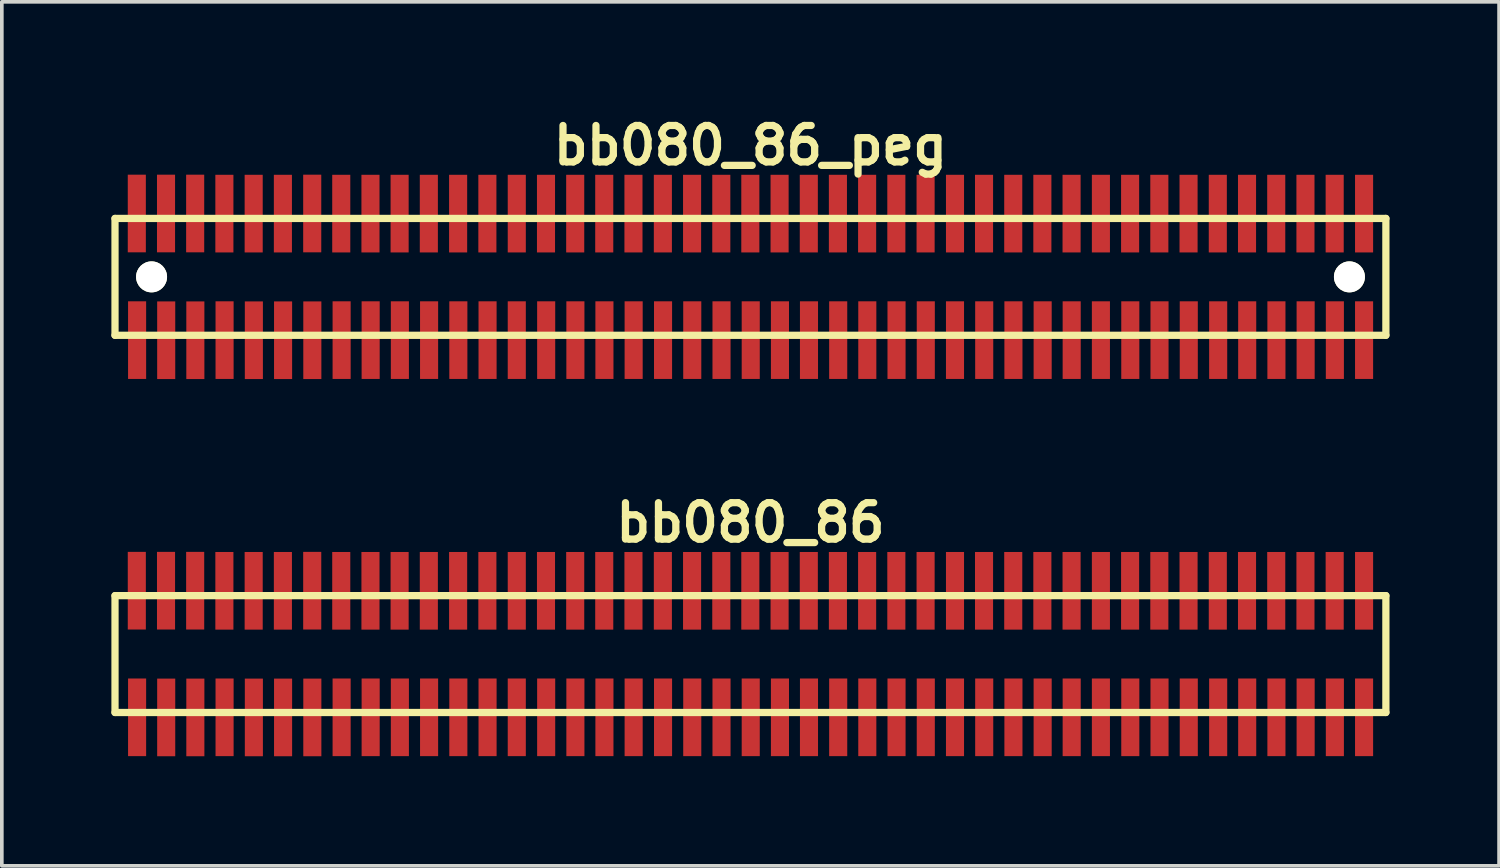
<source format=kicad_pcb>
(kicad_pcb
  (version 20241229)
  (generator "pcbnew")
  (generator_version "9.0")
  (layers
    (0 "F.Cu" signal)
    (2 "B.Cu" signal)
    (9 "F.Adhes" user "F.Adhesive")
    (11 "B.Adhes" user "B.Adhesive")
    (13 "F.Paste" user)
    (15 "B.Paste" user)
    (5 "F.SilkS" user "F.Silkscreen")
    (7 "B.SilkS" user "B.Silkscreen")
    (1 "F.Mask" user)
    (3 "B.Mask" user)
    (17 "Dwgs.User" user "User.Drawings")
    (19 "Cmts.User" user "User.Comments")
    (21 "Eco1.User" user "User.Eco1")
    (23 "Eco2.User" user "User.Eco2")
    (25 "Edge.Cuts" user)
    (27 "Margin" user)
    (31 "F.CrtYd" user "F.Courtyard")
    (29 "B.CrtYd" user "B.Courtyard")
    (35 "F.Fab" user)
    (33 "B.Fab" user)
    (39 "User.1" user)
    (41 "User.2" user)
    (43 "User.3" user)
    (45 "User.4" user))
  (footprint "bb080_86_peg"
    (layer "F.Cu")
    (at 17.498 4.531)
    (property "Reference" "bb080_86_peg" (at 0 -3.599 0) (layer "F.SilkS") (effects (font (size 0.998 0.998) (thickness 0.198))))
    (attr through_hole)
    (fp_line (start -17.399 -1.6) (end -17.399 1.6) (stroke (width 0.198) (type solid)) (layer "F.SilkS"))
    (fp_line (start -17.399 -1.6) (end 17.399 -1.6) (stroke (width 0.198) (type solid)) (layer "F.SilkS"))
    (fp_line (start 17.399 1.6) (end -17.399 1.6) (stroke (width 0.198) (type solid)) (layer "F.SilkS"))
    (fp_line (start 17.399 1.6) (end 17.399 -1.6) (stroke (width 0.198) (type solid)) (layer "F.SilkS"))
    (pad "" np_thru_hole circle (at -16.398 0) (size 0.848 0.848) (drill 0.848) (layers "*.Cu" "*.Mask" "F.SilkS"))
    (pad "" np_thru_hole circle (at 16.401 0) (size 0.848 0.848) (drill 0.848) (layers "*.Cu" "*.Mask" "F.SilkS"))
    (pad "1" smd rect (at -16.794 1.732) (size 0.495 2.126) (layers "F.Cu" "F.Mask" "F.Paste"))
    (pad "2" smd rect (at -16.802 -1.735) (size 0.495 2.126) (layers "F.Cu" "F.Mask" "F.Paste"))
    (pad "3" smd rect (at -15.997 1.735) (size 0.495 2.126) (layers "F.Cu" "F.Mask" "F.Paste"))
    (pad "4" smd rect (at -16.002 -1.735) (size 0.495 2.126) (layers "F.Cu" "F.Mask" "F.Paste"))
    (pad "5" smd rect (at -15.199 1.735) (size 0.495 2.126) (layers "F.Cu" "F.Mask" "F.Paste"))
    (pad "6" smd rect (at -15.204 -1.735) (size 0.495 2.126) (layers "F.Cu" "F.Mask" "F.Paste"))
    (pad "7" smd rect (at -14.399 1.732) (size 0.495 2.126) (layers "F.Cu" "F.Mask" "F.Paste"))
    (pad "8" smd rect (at -14.404 -1.732) (size 0.495 2.126) (layers "F.Cu" "F.Mask" "F.Paste"))
    (pad "9" smd rect (at -13.597 1.735) (size 0.495 2.126) (layers "F.Cu" "F.Mask" "F.Paste"))
    (pad "10" smd rect (at -13.602 -1.732) (size 0.495 2.126) (layers "F.Cu" "F.Mask" "F.Paste"))
    (pad "11" smd rect (at -12.797 1.735) (size 0.495 2.126) (layers "F.Cu" "F.Mask" "F.Paste"))
    (pad "12" smd rect (at -12.802 -1.732) (size 0.495 2.126) (layers "F.Cu" "F.Mask" "F.Paste"))
    (pad "13" smd rect (at -11.996 1.735) (size 0.495 2.126) (layers "F.Cu" "F.Mask" "F.Paste"))
    (pad "14" smd rect (at -11.999 -1.735) (size 0.495 2.126) (layers "F.Cu" "F.Mask" "F.Paste"))
    (pad "15" smd rect (at -11.194 1.732) (size 0.495 2.126) (layers "F.Cu" "F.Mask" "F.Paste"))
    (pad "16" smd rect (at -11.204 -1.732) (size 0.495 2.126) (layers "F.Cu" "F.Mask" "F.Paste"))
    (pad "17" smd rect (at -10.399 1.732) (size 0.495 2.126) (layers "F.Cu" "F.Mask" "F.Paste"))
    (pad "18" smd rect (at -10.404 -1.732) (size 0.495 2.126) (layers "F.Cu" "F.Mask" "F.Paste"))
    (pad "19" smd rect (at -9.599 1.732) (size 0.495 2.126) (layers "F.Cu" "F.Mask" "F.Paste"))
    (pad "20" smd rect (at -9.606 -1.732) (size 0.495 2.126) (layers "F.Cu" "F.Mask" "F.Paste"))
    (pad "21" smd rect (at -8.799 1.732) (size 0.495 2.126) (layers "F.Cu" "F.Mask" "F.Paste"))
    (pad "22" smd rect (at -8.806 -1.732) (size 0.495 2.126) (layers "F.Cu" "F.Mask" "F.Paste"))
    (pad "23" smd rect (at -7.998 1.732) (size 0.495 2.126) (layers "F.Cu" "F.Mask" "F.Paste"))
    (pad "24" smd rect (at -8.004 -1.732) (size 0.495 2.126) (layers "F.Cu" "F.Mask" "F.Paste"))
    (pad "25" smd rect (at -7.198 1.732) (size 0.495 2.126) (layers "F.Cu" "F.Mask" "F.Paste"))
    (pad "26" smd rect (at -7.203 -1.732) (size 0.495 2.126) (layers "F.Cu" "F.Mask" "F.Paste"))
    (pad "27" smd rect (at -6.398 1.732) (size 0.495 2.126) (layers "F.Cu" "F.Mask" "F.Paste"))
    (pad "28" smd rect (at -6.398 -1.732) (size 0.495 2.126) (layers "F.Cu" "F.Mask" "F.Paste"))
    (pad "29" smd rect (at -5.593 1.732) (size 0.495 2.126) (layers "F.Cu" "F.Mask" "F.Paste"))
    (pad "30" smd rect (at -5.598 -1.732) (size 0.495 2.126) (layers "F.Cu" "F.Mask" "F.Paste"))
    (pad "31" smd rect (at -4.793 1.732) (size 0.495 2.126) (layers "F.Cu" "F.Mask" "F.Paste"))
    (pad "32" smd rect (at -4.798 -1.732) (size 0.495 2.126) (layers "F.Cu" "F.Mask" "F.Paste"))
    (pad "33" smd rect (at -3.998 1.732) (size 0.495 2.126) (layers "F.Cu" "F.Mask" "F.Paste"))
    (pad "34" smd rect (at -4.003 -1.732) (size 0.495 2.126) (layers "F.Cu" "F.Mask" "F.Paste"))
    (pad "35" smd rect (at -3.198 1.732) (size 0.495 2.126) (layers "F.Cu" "F.Mask" "F.Paste"))
    (pad "36" smd rect (at -3.203 -1.732) (size 0.495 2.126) (layers "F.Cu" "F.Mask" "F.Paste"))
    (pad "37" smd rect (at -2.393 1.732) (size 0.495 2.126) (layers "F.Cu" "F.Mask" "F.Paste"))
    (pad "38" smd rect (at -2.398 -1.732) (size 0.495 2.126) (layers "F.Cu" "F.Mask" "F.Paste"))
    (pad "39" smd rect (at -1.593 1.732) (size 0.495 2.126) (layers "F.Cu" "F.Mask" "F.Paste"))
    (pad "40" smd rect (at -1.598 -1.732) (size 0.495 2.126) (layers "F.Cu" "F.Mask" "F.Paste"))
    (pad "41" smd rect (at -0.792 1.732) (size 0.495 2.126) (layers "F.Cu" "F.Mask" "F.Paste"))
    (pad "42" smd rect (at -0.798 -1.732) (size 0.495 2.126) (layers "F.Cu" "F.Mask" "F.Paste"))
    (pad "43" smd rect (at 0.008 1.732) (size 0.495 2.126) (layers "F.Cu" "F.Mask" "F.Paste"))
    (pad "44" smd rect (at -0.003 -1.732) (size 0.495 2.126) (layers "F.Cu" "F.Mask" "F.Paste"))
    (pad "45" smd rect (at 0.808 1.732) (size 0.495 2.126) (layers "F.Cu" "F.Mask" "F.Paste"))
    (pad "46" smd rect (at 0.798 -1.732) (size 0.495 2.126) (layers "F.Cu" "F.Mask" "F.Paste"))
    (pad "47" smd rect (at 1.603 1.732) (size 0.495 2.126) (layers "F.Cu" "F.Mask" "F.Paste"))
    (pad "48" smd rect (at 1.598 -1.732) (size 0.495 2.126) (layers "F.Cu" "F.Mask" "F.Paste"))
    (pad "49" smd rect (at 2.403 1.732) (size 0.495 2.126) (layers "F.Cu" "F.Mask" "F.Paste"))
    (pad "50" smd rect (at 2.395 -1.732) (size 0.495 2.126) (layers "F.Cu" "F.Mask" "F.Paste"))
    (pad "51" smd rect (at 3.2 1.732) (size 0.495 2.126) (layers "F.Cu" "F.Mask" "F.Paste"))
    (pad "52" smd rect (at 3.195 -1.732) (size 0.495 2.126) (layers "F.Cu" "F.Mask" "F.Paste"))
    (pad "53" smd rect (at 4 1.732) (size 0.495 2.126) (layers "F.Cu" "F.Mask" "F.Paste"))
    (pad "54" smd rect (at 3.995 -1.732) (size 0.495 2.126) (layers "F.Cu" "F.Mask" "F.Paste"))
    (pad "55" smd rect (at 4.801 1.732) (size 0.495 2.126) (layers "F.Cu" "F.Mask" "F.Paste"))
    (pad "56" smd rect (at 4.796 -1.732) (size 0.495 2.126) (layers "F.Cu" "F.Mask" "F.Paste"))
    (pad "57" smd rect (at 5.601 1.732) (size 0.495 2.126) (layers "F.Cu" "F.Mask" "F.Paste"))
    (pad "58" smd rect (at 5.601 -1.732) (size 0.495 2.126) (layers "F.Cu" "F.Mask" "F.Paste"))
    (pad "59" smd rect (at 6.401 1.732) (size 0.495 2.126) (layers "F.Cu" "F.Mask" "F.Paste"))
    (pad "60" smd rect (at 6.396 -1.732) (size 0.495 2.126) (layers "F.Cu" "F.Mask" "F.Paste"))
    (pad "61" smd rect (at 7.201 1.732) (size 0.495 2.126) (layers "F.Cu" "F.Mask" "F.Paste"))
    (pad "62" smd rect (at 7.196 -1.732) (size 0.495 2.126) (layers "F.Cu" "F.Mask" "F.Paste"))
    (pad "63" smd rect (at 8.001 1.732) (size 0.495 2.126) (layers "F.Cu" "F.Mask" "F.Paste"))
    (pad "64" smd rect (at 7.993 -1.732) (size 0.495 2.126) (layers "F.Cu" "F.Mask" "F.Paste"))
    (pad "65" smd rect (at 8.796 1.732) (size 0.495 2.126) (layers "F.Cu" "F.Mask" "F.Paste"))
    (pad "66" smd rect (at 8.793 -1.732) (size 0.495 2.126) (layers "F.Cu" "F.Mask" "F.Paste"))
    (pad "67" smd rect (at 9.596 1.732) (size 0.495 2.126) (layers "F.Cu" "F.Mask" "F.Paste"))
    (pad "68" smd rect (at 9.596 -1.732) (size 0.495 2.126) (layers "F.Cu" "F.Mask" "F.Paste"))
    (pad "69" smd rect (at 10.401 1.732) (size 0.495 2.126) (layers "F.Cu" "F.Mask" "F.Paste"))
    (pad "70" smd rect (at 10.396 -1.732) (size 0.495 2.126) (layers "F.Cu" "F.Mask" "F.Paste"))
    (pad "71" smd rect (at 11.201 1.732) (size 0.495 2.126) (layers "F.Cu" "F.Mask" "F.Paste"))
    (pad "72" smd rect (at 11.196 -1.732) (size 0.495 2.126) (layers "F.Cu" "F.Mask" "F.Paste"))
    (pad "73" smd rect (at 12.002 1.732) (size 0.495 2.126) (layers "F.Cu" "F.Mask" "F.Paste"))
    (pad "74" smd rect (at 11.996 -1.732) (size 0.495 2.126) (layers "F.Cu" "F.Mask" "F.Paste"))
    (pad "75" smd rect (at 12.807 1.732) (size 0.495 2.126) (layers "F.Cu" "F.Mask" "F.Paste"))
    (pad "76" smd rect (at 12.797 -1.732) (size 0.495 2.126) (layers "F.Cu" "F.Mask" "F.Paste"))
    (pad "77" smd rect (at 13.602 1.732) (size 0.495 2.126) (layers "F.Cu" "F.Mask" "F.Paste"))
    (pad "78" smd rect (at 13.597 -1.732) (size 0.495 2.126) (layers "F.Cu" "F.Mask" "F.Paste"))
    (pad "79" smd rect (at 14.402 1.732) (size 0.495 2.126) (layers "F.Cu" "F.Mask" "F.Paste"))
    (pad "80" smd rect (at 14.397 -1.732) (size 0.495 2.126) (layers "F.Cu" "F.Mask" "F.Paste"))
    (pad "81" smd rect (at 15.202 1.732) (size 0.495 2.126) (layers "F.Cu" "F.Mask" "F.Paste"))
    (pad "82" smd rect (at 15.197 -1.732) (size 0.495 2.126) (layers "F.Cu" "F.Mask" "F.Paste"))
    (pad "83" smd rect (at 16.002 1.732) (size 0.495 2.126) (layers "F.Cu" "F.Mask" "F.Paste"))
    (pad "84" smd rect (at 15.997 -1.732) (size 0.495 2.126) (layers "F.Cu" "F.Mask" "F.Paste"))
    (pad "85" smd rect (at 16.802 1.732) (size 0.495 2.126) (layers "F.Cu" "F.Mask" "F.Paste"))
    (pad "86" smd rect (at 16.802 -1.732) (size 0.495 2.126) (layers "F.Cu" "F.Mask" "F.Paste")))
  (footprint "bb080_86"
    (layer "F.Cu")
    (at 17.498 14.859)
    (property "Reference" "bb080_86" (at 0 -3.599 0) (layer "F.SilkS") (effects (font (size 0.998 0.998) (thickness 0.198))))
    (attr through_hole)
    (fp_line (start -17.399 -1.6) (end -17.399 1.6) (stroke (width 0.198) (type solid)) (layer "F.SilkS"))
    (fp_line (start -17.399 -1.6) (end 17.399 -1.6) (stroke (width 0.198) (type solid)) (layer "F.SilkS"))
    (fp_line (start 17.399 1.6) (end -17.399 1.6) (stroke (width 0.198) (type solid)) (layer "F.SilkS"))
    (fp_line (start 17.399 1.6) (end 17.399 -1.6) (stroke (width 0.198) (type solid)) (layer "F.SilkS"))
    (pad "1" smd rect (at -16.794 1.732) (size 0.495 2.126) (layers "F.Cu" "F.Mask" "F.Paste"))
    (pad "2" smd rect (at -16.802 -1.735) (size 0.495 2.126) (layers "F.Cu" "F.Mask" "F.Paste"))
    (pad "3" smd rect (at -15.997 1.735) (size 0.495 2.126) (layers "F.Cu" "F.Mask" "F.Paste"))
    (pad "4" smd rect (at -16.002 -1.735) (size 0.495 2.126) (layers "F.Cu" "F.Mask" "F.Paste"))
    (pad "5" smd rect (at -15.199 1.735) (size 0.495 2.126) (layers "F.Cu" "F.Mask" "F.Paste"))
    (pad "6" smd rect (at -15.204 -1.735) (size 0.495 2.126) (layers "F.Cu" "F.Mask" "F.Paste"))
    (pad "7" smd rect (at -14.399 1.732) (size 0.495 2.126) (layers "F.Cu" "F.Mask" "F.Paste"))
    (pad "8" smd rect (at -14.404 -1.732) (size 0.495 2.126) (layers "F.Cu" "F.Mask" "F.Paste"))
    (pad "9" smd rect (at -13.597 1.735) (size 0.495 2.126) (layers "F.Cu" "F.Mask" "F.Paste"))
    (pad "10" smd rect (at -13.602 -1.732) (size 0.495 2.126) (layers "F.Cu" "F.Mask" "F.Paste"))
    (pad "11" smd rect (at -12.797 1.735) (size 0.495 2.126) (layers "F.Cu" "F.Mask" "F.Paste"))
    (pad "12" smd rect (at -12.802 -1.732) (size 0.495 2.126) (layers "F.Cu" "F.Mask" "F.Paste"))
    (pad "13" smd rect (at -11.996 1.735) (size 0.495 2.126) (layers "F.Cu" "F.Mask" "F.Paste"))
    (pad "14" smd rect (at -11.999 -1.735) (size 0.495 2.126) (layers "F.Cu" "F.Mask" "F.Paste"))
    (pad "15" smd rect (at -11.194 1.732) (size 0.495 2.126) (layers "F.Cu" "F.Mask" "F.Paste"))
    (pad "16" smd rect (at -11.204 -1.732) (size 0.495 2.126) (layers "F.Cu" "F.Mask" "F.Paste"))
    (pad "17" smd rect (at -10.399 1.732) (size 0.495 2.126) (layers "F.Cu" "F.Mask" "F.Paste"))
    (pad "18" smd rect (at -10.404 -1.732) (size 0.495 2.126) (layers "F.Cu" "F.Mask" "F.Paste"))
    (pad "19" smd rect (at -9.599 1.732) (size 0.495 2.126) (layers "F.Cu" "F.Mask" "F.Paste"))
    (pad "20" smd rect (at -9.606 -1.732) (size 0.495 2.126) (layers "F.Cu" "F.Mask" "F.Paste"))
    (pad "21" smd rect (at -8.799 1.732) (size 0.495 2.126) (layers "F.Cu" "F.Mask" "F.Paste"))
    (pad "22" smd rect (at -8.806 -1.732) (size 0.495 2.126) (layers "F.Cu" "F.Mask" "F.Paste"))
    (pad "23" smd rect (at -7.998 1.732) (size 0.495 2.126) (layers "F.Cu" "F.Mask" "F.Paste"))
    (pad "24" smd rect (at -8.004 -1.732) (size 0.495 2.126) (layers "F.Cu" "F.Mask" "F.Paste"))
    (pad "25" smd rect (at -7.198 1.732) (size 0.495 2.126) (layers "F.Cu" "F.Mask" "F.Paste"))
    (pad "26" smd rect (at -7.203 -1.732) (size 0.495 2.126) (layers "F.Cu" "F.Mask" "F.Paste"))
    (pad "27" smd rect (at -6.398 1.732) (size 0.495 2.126) (layers "F.Cu" "F.Mask" "F.Paste"))
    (pad "28" smd rect (at -6.398 -1.732) (size 0.495 2.126) (layers "F.Cu" "F.Mask" "F.Paste"))
    (pad "29" smd rect (at -5.593 1.732) (size 0.495 2.126) (layers "F.Cu" "F.Mask" "F.Paste"))
    (pad "30" smd rect (at -5.598 -1.732) (size 0.495 2.126) (layers "F.Cu" "F.Mask" "F.Paste"))
    (pad "31" smd rect (at -4.793 1.732) (size 0.495 2.126) (layers "F.Cu" "F.Mask" "F.Paste"))
    (pad "32" smd rect (at -4.798 -1.732) (size 0.495 2.126) (layers "F.Cu" "F.Mask" "F.Paste"))
    (pad "33" smd rect (at -3.998 1.732) (size 0.495 2.126) (layers "F.Cu" "F.Mask" "F.Paste"))
    (pad "34" smd rect (at -4.003 -1.732) (size 0.495 2.126) (layers "F.Cu" "F.Mask" "F.Paste"))
    (pad "35" smd rect (at -3.198 1.732) (size 0.495 2.126) (layers "F.Cu" "F.Mask" "F.Paste"))
    (pad "36" smd rect (at -3.203 -1.732) (size 0.495 2.126) (layers "F.Cu" "F.Mask" "F.Paste"))
    (pad "37" smd rect (at -2.393 1.732) (size 0.495 2.126) (layers "F.Cu" "F.Mask" "F.Paste"))
    (pad "38" smd rect (at -2.398 -1.732) (size 0.495 2.126) (layers "F.Cu" "F.Mask" "F.Paste"))
    (pad "39" smd rect (at -1.593 1.732) (size 0.495 2.126) (layers "F.Cu" "F.Mask" "F.Paste"))
    (pad "40" smd rect (at -1.598 -1.732) (size 0.495 2.126) (layers "F.Cu" "F.Mask" "F.Paste"))
    (pad "41" smd rect (at -0.792 1.732) (size 0.495 2.126) (layers "F.Cu" "F.Mask" "F.Paste"))
    (pad "42" smd rect (at -0.798 -1.732) (size 0.495 2.126) (layers "F.Cu" "F.Mask" "F.Paste"))
    (pad "43" smd rect (at 0.008 1.732) (size 0.495 2.126) (layers "F.Cu" "F.Mask" "F.Paste"))
    (pad "44" smd rect (at -0.003 -1.732) (size 0.495 2.126) (layers "F.Cu" "F.Mask" "F.Paste"))
    (pad "45" smd rect (at 0.808 1.732) (size 0.495 2.126) (layers "F.Cu" "F.Mask" "F.Paste"))
    (pad "46" smd rect (at 0.798 -1.732) (size 0.495 2.126) (layers "F.Cu" "F.Mask" "F.Paste"))
    (pad "47" smd rect (at 1.603 1.732) (size 0.495 2.126) (layers "F.Cu" "F.Mask" "F.Paste"))
    (pad "48" smd rect (at 1.598 -1.732) (size 0.495 2.126) (layers "F.Cu" "F.Mask" "F.Paste"))
    (pad "49" smd rect (at 2.403 1.732) (size 0.495 2.126) (layers "F.Cu" "F.Mask" "F.Paste"))
    (pad "50" smd rect (at 2.395 -1.732) (size 0.495 2.126) (layers "F.Cu" "F.Mask" "F.Paste"))
    (pad "51" smd rect (at 3.2 1.732) (size 0.495 2.126) (layers "F.Cu" "F.Mask" "F.Paste"))
    (pad "52" smd rect (at 3.195 -1.732) (size 0.495 2.126) (layers "F.Cu" "F.Mask" "F.Paste"))
    (pad "53" smd rect (at 4 1.732) (size 0.495 2.126) (layers "F.Cu" "F.Mask" "F.Paste"))
    (pad "54" smd rect (at 3.995 -1.732) (size 0.495 2.126) (layers "F.Cu" "F.Mask" "F.Paste"))
    (pad "55" smd rect (at 4.801 1.732) (size 0.495 2.126) (layers "F.Cu" "F.Mask" "F.Paste"))
    (pad "56" smd rect (at 4.796 -1.732) (size 0.495 2.126) (layers "F.Cu" "F.Mask" "F.Paste"))
    (pad "57" smd rect (at 5.601 1.732) (size 0.495 2.126) (layers "F.Cu" "F.Mask" "F.Paste"))
    (pad "58" smd rect (at 5.601 -1.732) (size 0.495 2.126) (layers "F.Cu" "F.Mask" "F.Paste"))
    (pad "59" smd rect (at 6.401 1.732) (size 0.495 2.126) (layers "F.Cu" "F.Mask" "F.Paste"))
    (pad "60" smd rect (at 6.396 -1.732) (size 0.495 2.126) (layers "F.Cu" "F.Mask" "F.Paste"))
    (pad "61" smd rect (at 7.201 1.732) (size 0.495 2.126) (layers "F.Cu" "F.Mask" "F.Paste"))
    (pad "62" smd rect (at 7.196 -1.732) (size 0.495 2.126) (layers "F.Cu" "F.Mask" "F.Paste"))
    (pad "63" smd rect (at 8.001 1.732) (size 0.495 2.126) (layers "F.Cu" "F.Mask" "F.Paste"))
    (pad "64" smd rect (at 7.993 -1.732) (size 0.495 2.126) (layers "F.Cu" "F.Mask" "F.Paste"))
    (pad "65" smd rect (at 8.796 1.732) (size 0.495 2.126) (layers "F.Cu" "F.Mask" "F.Paste"))
    (pad "66" smd rect (at 8.793 -1.732) (size 0.495 2.126) (layers "F.Cu" "F.Mask" "F.Paste"))
    (pad "67" smd rect (at 9.596 1.732) (size 0.495 2.126) (layers "F.Cu" "F.Mask" "F.Paste"))
    (pad "68" smd rect (at 9.596 -1.732) (size 0.495 2.126) (layers "F.Cu" "F.Mask" "F.Paste"))
    (pad "69" smd rect (at 10.401 1.732) (size 0.495 2.126) (layers "F.Cu" "F.Mask" "F.Paste"))
    (pad "70" smd rect (at 10.396 -1.732) (size 0.495 2.126) (layers "F.Cu" "F.Mask" "F.Paste"))
    (pad "71" smd rect (at 11.201 1.732) (size 0.495 2.126) (layers "F.Cu" "F.Mask" "F.Paste"))
    (pad "72" smd rect (at 11.196 -1.732) (size 0.495 2.126) (layers "F.Cu" "F.Mask" "F.Paste"))
    (pad "73" smd rect (at 12.002 1.732) (size 0.495 2.126) (layers "F.Cu" "F.Mask" "F.Paste"))
    (pad "74" smd rect (at 11.996 -1.732) (size 0.495 2.126) (layers "F.Cu" "F.Mask" "F.Paste"))
    (pad "75" smd rect (at 12.807 1.732) (size 0.495 2.126) (layers "F.Cu" "F.Mask" "F.Paste"))
    (pad "76" smd rect (at 12.797 -1.732) (size 0.495 2.126) (layers "F.Cu" "F.Mask" "F.Paste"))
    (pad "77" smd rect (at 13.602 1.732) (size 0.495 2.126) (layers "F.Cu" "F.Mask" "F.Paste"))
    (pad "78" smd rect (at 13.597 -1.732) (size 0.495 2.126) (layers "F.Cu" "F.Mask" "F.Paste"))
    (pad "79" smd rect (at 14.402 1.732) (size 0.495 2.126) (layers "F.Cu" "F.Mask" "F.Paste"))
    (pad "80" smd rect (at 14.397 -1.732) (size 0.495 2.126) (layers "F.Cu" "F.Mask" "F.Paste"))
    (pad "81" smd rect (at 15.202 1.732) (size 0.495 2.126) (layers "F.Cu" "F.Mask" "F.Paste"))
    (pad "82" smd rect (at 15.197 -1.732) (size 0.495 2.126) (layers "F.Cu" "F.Mask" "F.Paste"))
    (pad "83" smd rect (at 16.002 1.732) (size 0.495 2.126) (layers "F.Cu" "F.Mask" "F.Paste"))
    (pad "84" smd rect (at 15.997 -1.732) (size 0.495 2.126) (layers "F.Cu" "F.Mask" "F.Paste"))
    (pad "85" smd rect (at 16.802 1.732) (size 0.495 2.126) (layers "F.Cu" "F.Mask" "F.Paste"))
    (pad "86" smd rect (at 16.802 -1.732) (size 0.495 2.126) (layers "F.Cu" "F.Mask" "F.Paste")))
  (gr_rect
    (start -3 -3)
    (end 37.996 20.657)
    (stroke (width 0.1) (type default))
    (fill no)
    (layer "Edge.Cuts")))
</source>
